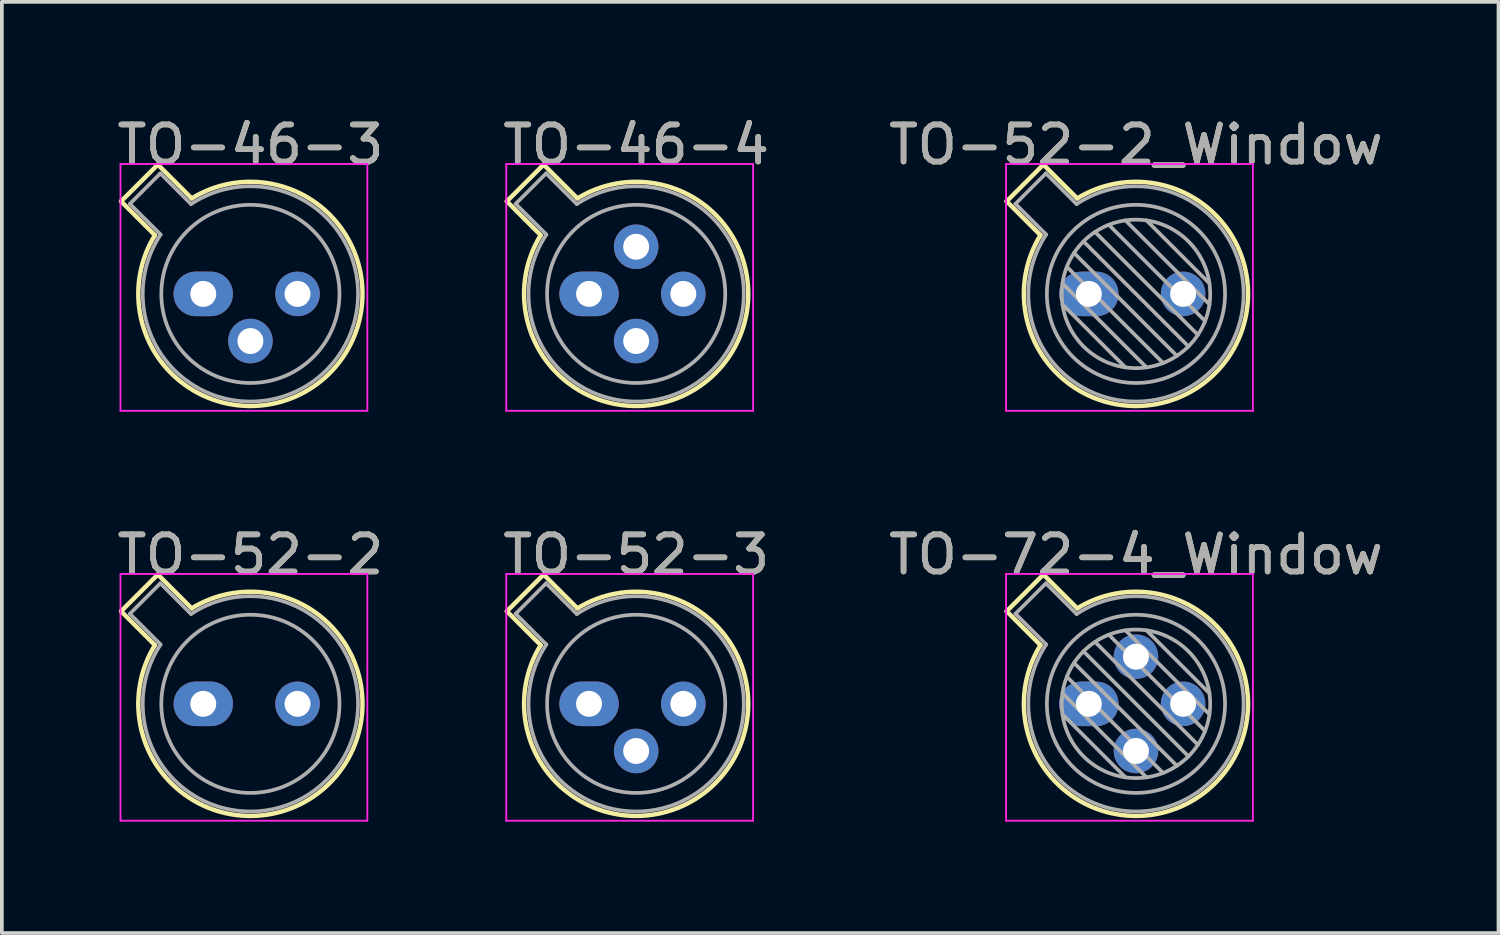
<source format=kicad_pcb>
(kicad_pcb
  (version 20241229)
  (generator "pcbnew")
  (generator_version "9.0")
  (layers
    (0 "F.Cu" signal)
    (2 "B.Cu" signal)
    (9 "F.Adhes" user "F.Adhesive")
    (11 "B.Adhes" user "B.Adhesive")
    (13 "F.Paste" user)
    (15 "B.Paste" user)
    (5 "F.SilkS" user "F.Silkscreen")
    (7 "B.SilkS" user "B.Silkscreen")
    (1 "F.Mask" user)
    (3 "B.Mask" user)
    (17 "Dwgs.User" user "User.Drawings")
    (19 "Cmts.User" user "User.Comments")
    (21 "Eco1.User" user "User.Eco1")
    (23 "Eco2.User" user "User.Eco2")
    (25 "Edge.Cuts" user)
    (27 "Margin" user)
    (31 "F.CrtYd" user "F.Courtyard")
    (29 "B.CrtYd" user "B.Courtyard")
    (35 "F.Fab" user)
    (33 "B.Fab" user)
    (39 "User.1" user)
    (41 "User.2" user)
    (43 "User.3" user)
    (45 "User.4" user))
  (footprint "TO-52-3"
    (layer "F.Cu")
    (at 12.819 15.912)
    (property "Reference" "TO-52-3" (at 1.27 -4.02 0) (layer "F.SilkS") (effects (font (size 1 1) (thickness 0.15))))
    (attr through_hole)
    (fp_line (start -2.214 -2.494) (end -1.302 -1.582) (stroke (width 0.12) (type solid)) (layer "F.SilkS"))
    (fp_line (start -1.224 -3.484) (end -2.214 -2.494) (stroke (width 0.12) (type solid)) (layer "F.SilkS"))
    (fp_line (start -0.312 -2.572) (end -1.224 -3.484) (stroke (width 0.12) (type solid)) (layer "F.SilkS"))
    (fp_arc (start -0.312331 -2.572281) (mid 3.405374 2.135551) (end -1.30215 -1.582544) (stroke (width 0.12) (type solid)) (layer "F.SilkS"))
    (fp_line (start -2.23 -3.5) (end -2.23 3.15) (stroke (width 0.05) (type solid)) (layer "F.CrtYd"))
    (fp_line (start -2.23 3.15) (end 4.42 3.15) (stroke (width 0.05) (type solid)) (layer "F.CrtYd"))
    (fp_line (start 4.42 -3.5) (end -2.23 -3.5) (stroke (width 0.05) (type solid)) (layer "F.CrtYd"))
    (fp_line (start 4.42 3.15) (end 4.42 -3.5) (stroke (width 0.05) (type solid)) (layer "F.CrtYd"))
    (fp_line (start -1.977 -2.426) (end -1.149 -1.599) (stroke (width 0.1) (type solid)) (layer "F.Fab"))
    (fp_line (start -1.156 -3.247) (end -1.977 -2.426) (stroke (width 0.1) (type solid)) (layer "F.Fab"))
    (fp_line (start -0.329 -2.419) (end -1.156 -3.247) (stroke (width 0.1) (type solid)) (layer "F.Fab"))
    (fp_arc (start -0.329057 -2.419301) (mid 3.321076 2.050143) (end -1.150029 -1.597956) (stroke (width 0.1) (type solid)) (layer "F.Fab"))
    (fp_circle (center 1.27 0) (end 3.67 0) (stroke (width 0.1) (type solid)) (fill no) (layer "F.Fab"))
    (fp_text user "${REFERENCE}" (at 1.27 -4.02 0) (layer "F.Fab") (effects (font (size 1 1) (thickness 0.15))))
    (pad "1" thru_hole oval (at 0 0) (size 1.6 1.2) (drill 0.7) (layers "*.Cu" "*.Mask"))
    (pad "2" thru_hole oval (at 1.27 1.27) (size 1.2 1.2) (drill 0.7) (layers "*.Cu" "*.Mask"))
    (pad "3" thru_hole oval (at 2.54 0) (size 1.2 1.2) (drill 0.7) (layers "*.Cu" "*.Mask")))
  (footprint "TO-46-4"
    (layer "F.Cu")
    (at 12.819 4.868)
    (property "Reference" "TO-46-4" (at 1.27 -4.02 0) (layer "F.SilkS") (effects (font (size 1 1) (thickness 0.15))))
    (attr through_hole)
    (fp_line (start -2.214 -2.494) (end -1.302 -1.582) (stroke (width 0.12) (type solid)) (layer "F.SilkS"))
    (fp_line (start -1.224 -3.484) (end -2.214 -2.494) (stroke (width 0.12) (type solid)) (layer "F.SilkS"))
    (fp_line (start -0.312 -2.572) (end -1.224 -3.484) (stroke (width 0.12) (type solid)) (layer "F.SilkS"))
    (fp_arc (start -0.312331 -2.572281) (mid 3.405374 2.135551) (end -1.30215 -1.582544) (stroke (width 0.12) (type solid)) (layer "F.SilkS"))
    (fp_line (start -2.23 -3.5) (end -2.23 3.15) (stroke (width 0.05) (type solid)) (layer "F.CrtYd"))
    (fp_line (start -2.23 3.15) (end 4.42 3.15) (stroke (width 0.05) (type solid)) (layer "F.CrtYd"))
    (fp_line (start 4.42 -3.5) (end -2.23 -3.5) (stroke (width 0.05) (type solid)) (layer "F.CrtYd"))
    (fp_line (start 4.42 3.15) (end 4.42 -3.5) (stroke (width 0.05) (type solid)) (layer "F.CrtYd"))
    (fp_line (start -1.977 -2.426) (end -1.149 -1.599) (stroke (width 0.1) (type solid)) (layer "F.Fab"))
    (fp_line (start -1.156 -3.247) (end -1.977 -2.426) (stroke (width 0.1) (type solid)) (layer "F.Fab"))
    (fp_line (start -0.329 -2.419) (end -1.156 -3.247) (stroke (width 0.1) (type solid)) (layer "F.Fab"))
    (fp_arc (start -0.329057 -2.419301) (mid 3.321076 2.050143) (end -1.150029 -1.597956) (stroke (width 0.1) (type solid)) (layer "F.Fab"))
    (fp_circle (center 1.27 0) (end 3.67 0) (stroke (width 0.1) (type solid)) (fill no) (layer "F.Fab"))
    (fp_text user "${REFERENCE}" (at 1.27 -4.02 0) (layer "F.Fab") (effects (font (size 1 1) (thickness 0.15))))
    (pad "1" thru_hole oval (at 0 0) (size 1.6 1.2) (drill 0.7) (layers "*.Cu" "*.Mask"))
    (pad "2" thru_hole oval (at 1.27 1.27) (size 1.2 1.2) (drill 0.7) (layers "*.Cu" "*.Mask"))
    (pad "3" thru_hole oval (at 2.54 0) (size 1.2 1.2) (drill 0.7) (layers "*.Cu" "*.Mask"))
    (pad "4" thru_hole oval (at 1.27 -1.27) (size 1.2 1.2) (drill 0.7) (layers "*.Cu" "*.Mask")))
  (footprint "TO-52-2"
    (layer "F.Cu")
    (at 2.426 15.912)
    (property "Reference" "TO-52-2" (at 1.27 -4.02 0) (layer "F.SilkS") (effects (font (size 1 1) (thickness 0.15))))
    (attr through_hole)
    (fp_line (start -2.214 -2.494) (end -1.302 -1.582) (stroke (width 0.12) (type solid)) (layer "F.SilkS"))
    (fp_line (start -1.224 -3.484) (end -2.214 -2.494) (stroke (width 0.12) (type solid)) (layer "F.SilkS"))
    (fp_line (start -0.312 -2.572) (end -1.224 -3.484) (stroke (width 0.12) (type solid)) (layer "F.SilkS"))
    (fp_arc (start -0.312331 -2.572281) (mid 3.405374 2.135551) (end -1.30215 -1.582544) (stroke (width 0.12) (type solid)) (layer "F.SilkS"))
    (fp_line (start -2.23 -3.5) (end -2.23 3.15) (stroke (width 0.05) (type solid)) (layer "F.CrtYd"))
    (fp_line (start -2.23 3.15) (end 4.42 3.15) (stroke (width 0.05) (type solid)) (layer "F.CrtYd"))
    (fp_line (start 4.42 -3.5) (end -2.23 -3.5) (stroke (width 0.05) (type solid)) (layer "F.CrtYd"))
    (fp_line (start 4.42 3.15) (end 4.42 -3.5) (stroke (width 0.05) (type solid)) (layer "F.CrtYd"))
    (fp_line (start -1.977 -2.426) (end -1.149 -1.599) (stroke (width 0.1) (type solid)) (layer "F.Fab"))
    (fp_line (start -1.156 -3.247) (end -1.977 -2.426) (stroke (width 0.1) (type solid)) (layer "F.Fab"))
    (fp_line (start -0.329 -2.419) (end -1.156 -3.247) (stroke (width 0.1) (type solid)) (layer "F.Fab"))
    (fp_arc (start -0.329057 -2.419301) (mid 3.321076 2.050143) (end -1.150029 -1.597956) (stroke (width 0.1) (type solid)) (layer "F.Fab"))
    (fp_circle (center 1.27 0) (end 3.67 0) (stroke (width 0.1) (type solid)) (fill no) (layer "F.Fab"))
    (fp_text user "${REFERENCE}" (at 1.27 -4.02 0) (layer "F.Fab") (effects (font (size 1 1) (thickness 0.15))))
    (pad "1" thru_hole oval (at 0 0) (size 1.6 1.2) (drill 0.7) (layers "*.Cu" "*.Mask"))
    (pad "2" thru_hole oval (at 2.54 0) (size 1.2 1.2) (drill 0.7) (layers "*.Cu" "*.Mask")))
  (footprint "TO-72-4_Window"
    (layer "F.Cu")
    (at 26.284 15.912)
    (property "Reference" "TO-72-4_Window" (at 1.27 -4.02 0) (layer "F.SilkS") (effects (font (size 1 1) (thickness 0.15))))
    (attr through_hole)
    (fp_line (start -2.214 -2.494) (end -1.302 -1.582) (stroke (width 0.12) (type solid)) (layer "F.SilkS"))
    (fp_line (start -1.224 -3.484) (end -2.214 -2.494) (stroke (width 0.12) (type solid)) (layer "F.SilkS"))
    (fp_line (start -0.312 -2.572) (end -1.224 -3.484) (stroke (width 0.12) (type solid)) (layer "F.SilkS"))
    (fp_arc (start -0.312331 -2.572281) (mid 3.405374 2.135551) (end -1.30215 -1.582544) (stroke (width 0.12) (type solid)) (layer "F.SilkS"))
    (fp_line (start -2.23 -3.5) (end -2.23 3.15) (stroke (width 0.05) (type solid)) (layer "F.CrtYd"))
    (fp_line (start -2.23 3.15) (end 4.42 3.15) (stroke (width 0.05) (type solid)) (layer "F.CrtYd"))
    (fp_line (start 4.42 -3.5) (end -2.23 -3.5) (stroke (width 0.05) (type solid)) (layer "F.CrtYd"))
    (fp_line (start 4.42 3.15) (end 4.42 -3.5) (stroke (width 0.05) (type solid)) (layer "F.CrtYd"))
    (fp_line (start -1.977 -2.426) (end -1.149 -1.599) (stroke (width 0.1) (type solid)) (layer "F.Fab"))
    (fp_line (start -1.156 -3.247) (end -1.977 -2.426) (stroke (width 0.1) (type solid)) (layer "F.Fab"))
    (fp_line (start -0.71 -0.283) (end 1.553 1.98) (stroke (width 0.1) (type solid)) (layer "F.Fab"))
    (fp_line (start -0.71 0.283) (end 0.987 1.98) (stroke (width 0.1) (type solid)) (layer "F.Fab"))
    (fp_line (start -0.592 -0.731) (end 2.001 1.862) (stroke (width 0.1) (type solid)) (layer "F.Fab"))
    (fp_line (start -0.399 -1.103) (end 2.373 1.669) (stroke (width 0.1) (type solid)) (layer "F.Fab"))
    (fp_line (start -0.329 -2.419) (end -1.156 -3.247) (stroke (width 0.1) (type solid)) (layer "F.Fab"))
    (fp_line (start -0.145 -1.415) (end 2.685 1.415) (stroke (width 0.1) (type solid)) (layer "F.Fab"))
    (fp_line (start 0.167 -1.669) (end 2.939 1.103) (stroke (width 0.1) (type solid)) (layer "F.Fab"))
    (fp_line (start 0.539 -1.862) (end 3.132 0.731) (stroke (width 0.1) (type solid)) (layer "F.Fab"))
    (fp_line (start 0.987 -1.98) (end 3.25 0.283) (stroke (width 0.1) (type solid)) (layer "F.Fab"))
    (fp_line (start 1.553 -1.98) (end 3.25 -0.283) (stroke (width 0.1) (type solid)) (layer "F.Fab"))
    (fp_arc (start -0.329057 -2.419301) (mid 3.321076 2.050143) (end -1.150029 -1.597956) (stroke (width 0.1) (type solid)) (layer "F.Fab"))
    (fp_circle (center 1.27 0) (end 3.27 0) (stroke (width 0.1) (type solid)) (fill no) (layer "F.Fab"))
    (fp_circle (center 1.27 0) (end 3.67 0) (stroke (width 0.1) (type solid)) (fill no) (layer "F.Fab"))
    (fp_text user "${REFERENCE}" (at 1.27 -4.02 0) (layer "F.Fab") (effects (font (size 1 1) (thickness 0.15))))
    (pad "1" thru_hole oval (at 0 0) (size 1.6 1.2) (drill 0.7) (layers "*.Cu" "*.Mask"))
    (pad "2" thru_hole oval (at 1.27 1.27) (size 1.2 1.2) (drill 0.7) (layers "*.Cu" "*.Mask"))
    (pad "3" thru_hole oval (at 2.54 0) (size 1.2 1.2) (drill 0.7) (layers "*.Cu" "*.Mask"))
    (pad "4" thru_hole oval (at 1.27 -1.27) (size 1.2 1.2) (drill 0.7) (layers "*.Cu" "*.Mask")))
  (footprint "TO-52-2_Window"
    (layer "F.Cu")
    (at 26.284 4.868)
    (property "Reference" "TO-52-2_Window" (at 1.27 -4.02 0) (layer "F.SilkS") (effects (font (size 1 1) (thickness 0.15))))
    (attr through_hole)
    (fp_line (start -2.214 -2.494) (end -1.302 -1.582) (stroke (width 0.12) (type solid)) (layer "F.SilkS"))
    (fp_line (start -1.224 -3.484) (end -2.214 -2.494) (stroke (width 0.12) (type solid)) (layer "F.SilkS"))
    (fp_line (start -0.312 -2.572) (end -1.224 -3.484) (stroke (width 0.12) (type solid)) (layer "F.SilkS"))
    (fp_arc (start -0.312331 -2.572281) (mid 3.405374 2.135551) (end -1.30215 -1.582544) (stroke (width 0.12) (type solid)) (layer "F.SilkS"))
    (fp_line (start -2.23 -3.5) (end -2.23 3.15) (stroke (width 0.05) (type solid)) (layer "F.CrtYd"))
    (fp_line (start -2.23 3.15) (end 4.42 3.15) (stroke (width 0.05) (type solid)) (layer "F.CrtYd"))
    (fp_line (start 4.42 -3.5) (end -2.23 -3.5) (stroke (width 0.05) (type solid)) (layer "F.CrtYd"))
    (fp_line (start 4.42 3.15) (end 4.42 -3.5) (stroke (width 0.05) (type solid)) (layer "F.CrtYd"))
    (fp_line (start -1.977 -2.426) (end -1.149 -1.599) (stroke (width 0.1) (type solid)) (layer "F.Fab"))
    (fp_line (start -1.156 -3.247) (end -1.977 -2.426) (stroke (width 0.1) (type solid)) (layer "F.Fab"))
    (fp_line (start -0.71 -0.283) (end 1.553 1.98) (stroke (width 0.1) (type solid)) (layer "F.Fab"))
    (fp_line (start -0.71 0.283) (end 0.987 1.98) (stroke (width 0.1) (type solid)) (layer "F.Fab"))
    (fp_line (start -0.592 -0.731) (end 2.001 1.862) (stroke (width 0.1) (type solid)) (layer "F.Fab"))
    (fp_line (start -0.399 -1.103) (end 2.373 1.669) (stroke (width 0.1) (type solid)) (layer "F.Fab"))
    (fp_line (start -0.329 -2.419) (end -1.156 -3.247) (stroke (width 0.1) (type solid)) (layer "F.Fab"))
    (fp_line (start -0.145 -1.415) (end 2.685 1.415) (stroke (width 0.1) (type solid)) (layer "F.Fab"))
    (fp_line (start 0.167 -1.669) (end 2.939 1.103) (stroke (width 0.1) (type solid)) (layer "F.Fab"))
    (fp_line (start 0.539 -1.862) (end 3.132 0.731) (stroke (width 0.1) (type solid)) (layer "F.Fab"))
    (fp_line (start 0.987 -1.98) (end 3.25 0.283) (stroke (width 0.1) (type solid)) (layer "F.Fab"))
    (fp_line (start 1.553 -1.98) (end 3.25 -0.283) (stroke (width 0.1) (type solid)) (layer "F.Fab"))
    (fp_arc (start -0.329057 -2.419301) (mid 3.321076 2.050143) (end -1.150029 -1.597956) (stroke (width 0.1) (type solid)) (layer "F.Fab"))
    (fp_circle (center 1.27 0) (end 3.27 0) (stroke (width 0.1) (type solid)) (fill no) (layer "F.Fab"))
    (fp_circle (center 1.27 0) (end 3.67 0) (stroke (width 0.1) (type solid)) (fill no) (layer "F.Fab"))
    (fp_text user "${REFERENCE}" (at 1.27 -4.02 0) (layer "F.Fab") (effects (font (size 1 1) (thickness 0.15))))
    (pad "1" thru_hole oval (at 0 0) (size 1.6 1.2) (drill 0.7) (layers "*.Cu" "*.Mask"))
    (pad "2" thru_hole oval (at 2.54 0) (size 1.2 1.2) (drill 0.7) (layers "*.Cu" "*.Mask")))
  (footprint "TO-46-3"
    (layer "F.Cu")
    (at 2.426 4.868)
    (property "Reference" "TO-46-3" (at 1.27 -4.02 0) (layer "F.SilkS") (effects (font (size 1 1) (thickness 0.15))))
    (attr through_hole)
    (fp_line (start -2.214 -2.494) (end -1.302 -1.582) (stroke (width 0.12) (type solid)) (layer "F.SilkS"))
    (fp_line (start -1.224 -3.484) (end -2.214 -2.494) (stroke (width 0.12) (type solid)) (layer "F.SilkS"))
    (fp_line (start -0.312 -2.572) (end -1.224 -3.484) (stroke (width 0.12) (type solid)) (layer "F.SilkS"))
    (fp_arc (start -0.312331 -2.572281) (mid 3.405374 2.135551) (end -1.30215 -1.582544) (stroke (width 0.12) (type solid)) (layer "F.SilkS"))
    (fp_line (start -2.23 -3.5) (end -2.23 3.15) (stroke (width 0.05) (type solid)) (layer "F.CrtYd"))
    (fp_line (start -2.23 3.15) (end 4.42 3.15) (stroke (width 0.05) (type solid)) (layer "F.CrtYd"))
    (fp_line (start 4.42 -3.5) (end -2.23 -3.5) (stroke (width 0.05) (type solid)) (layer "F.CrtYd"))
    (fp_line (start 4.42 3.15) (end 4.42 -3.5) (stroke (width 0.05) (type solid)) (layer "F.CrtYd"))
    (fp_line (start -1.977 -2.426) (end -1.149 -1.599) (stroke (width 0.1) (type solid)) (layer "F.Fab"))
    (fp_line (start -1.156 -3.247) (end -1.977 -2.426) (stroke (width 0.1) (type solid)) (layer "F.Fab"))
    (fp_line (start -0.329 -2.419) (end -1.156 -3.247) (stroke (width 0.1) (type solid)) (layer "F.Fab"))
    (fp_arc (start -0.329057 -2.419301) (mid 3.321076 2.050143) (end -1.150029 -1.597956) (stroke (width 0.1) (type solid)) (layer "F.Fab"))
    (fp_circle (center 1.27 0) (end 3.67 0) (stroke (width 0.1) (type solid)) (fill no) (layer "F.Fab"))
    (fp_text user "${REFERENCE}" (at 1.27 -4.02 0) (layer "F.Fab") (effects (font (size 1 1) (thickness 0.15))))
    (pad "1" thru_hole oval (at 0 0) (size 1.6 1.2) (drill 0.7) (layers "*.Cu" "*.Mask"))
    (pad "2" thru_hole oval (at 1.27 1.27) (size 1.2 1.2) (drill 0.7) (layers "*.Cu" "*.Mask"))
    (pad "3" thru_hole oval (at 2.54 0) (size 1.2 1.2) (drill 0.7) (layers "*.Cu" "*.Mask")))
  (gr_rect
    (start -3 -3)
    (end 37.321 22.087)
    (stroke (width 0.1) (type default))
    (fill no)
    (layer "Edge.Cuts")))
</source>
